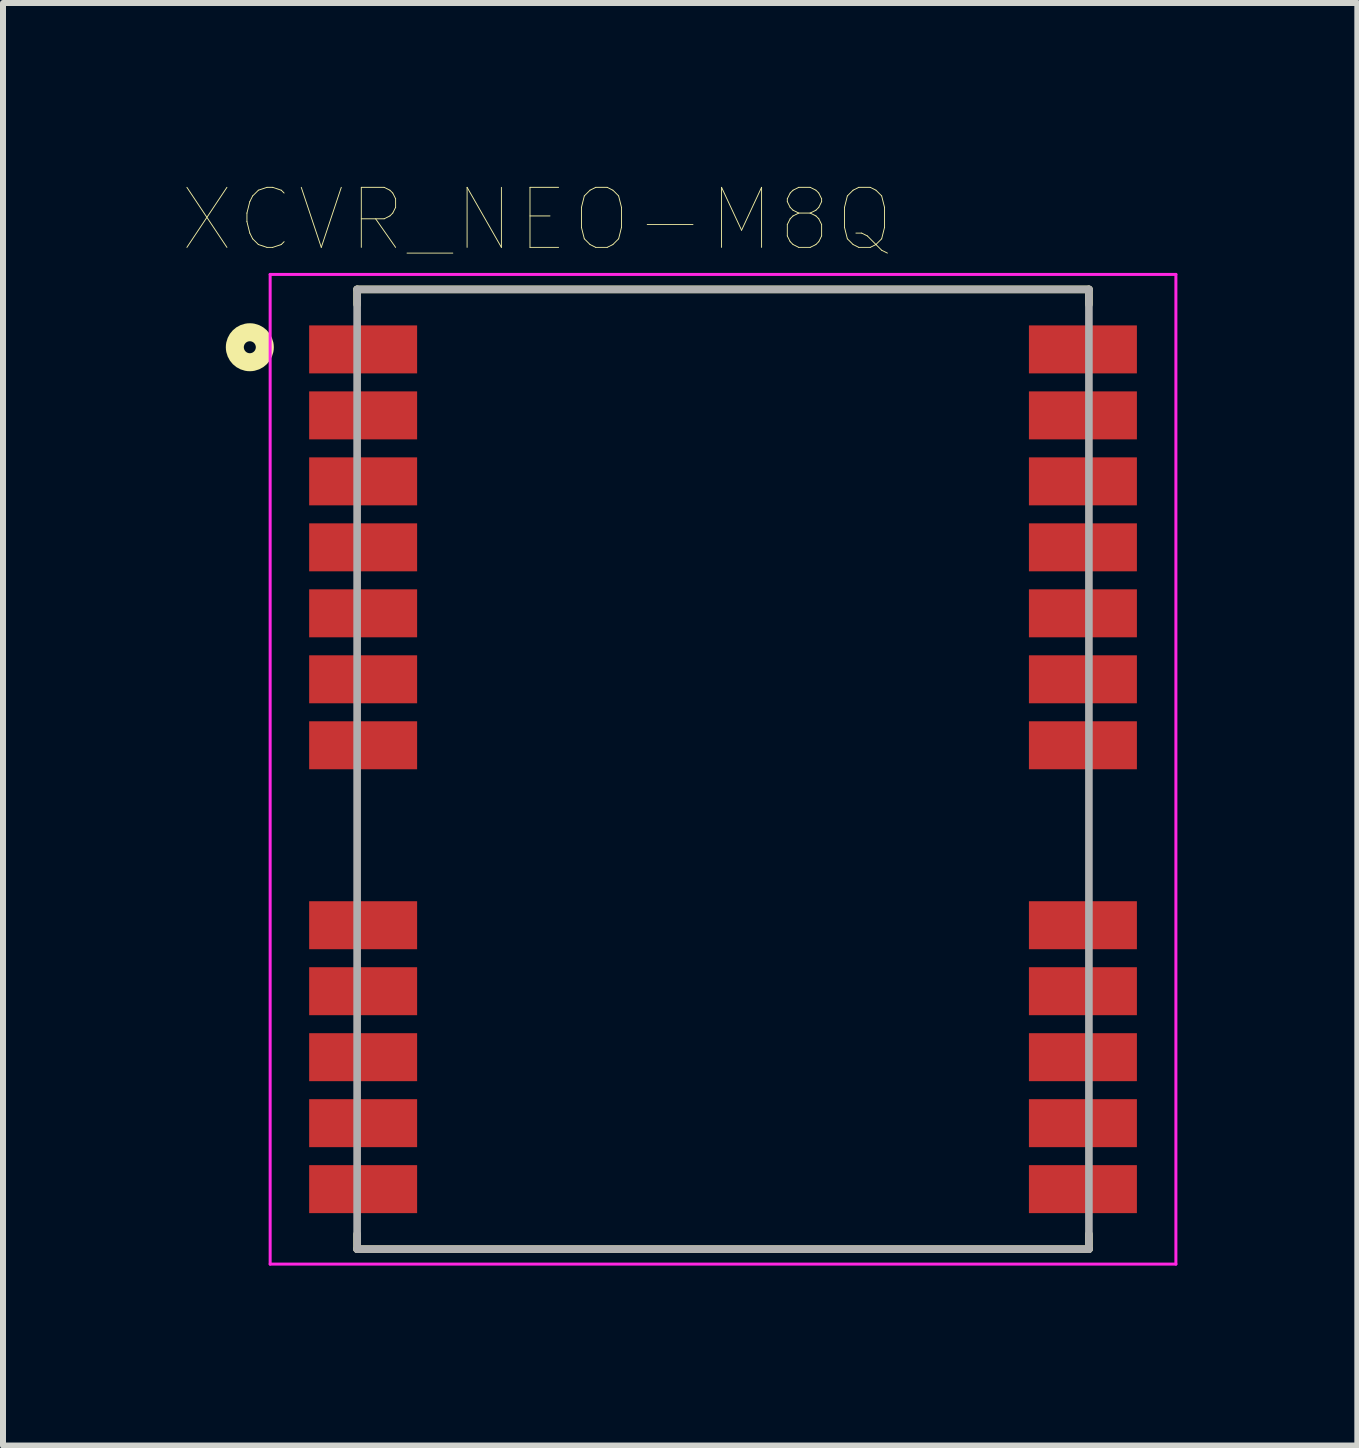
<source format=kicad_pcb>
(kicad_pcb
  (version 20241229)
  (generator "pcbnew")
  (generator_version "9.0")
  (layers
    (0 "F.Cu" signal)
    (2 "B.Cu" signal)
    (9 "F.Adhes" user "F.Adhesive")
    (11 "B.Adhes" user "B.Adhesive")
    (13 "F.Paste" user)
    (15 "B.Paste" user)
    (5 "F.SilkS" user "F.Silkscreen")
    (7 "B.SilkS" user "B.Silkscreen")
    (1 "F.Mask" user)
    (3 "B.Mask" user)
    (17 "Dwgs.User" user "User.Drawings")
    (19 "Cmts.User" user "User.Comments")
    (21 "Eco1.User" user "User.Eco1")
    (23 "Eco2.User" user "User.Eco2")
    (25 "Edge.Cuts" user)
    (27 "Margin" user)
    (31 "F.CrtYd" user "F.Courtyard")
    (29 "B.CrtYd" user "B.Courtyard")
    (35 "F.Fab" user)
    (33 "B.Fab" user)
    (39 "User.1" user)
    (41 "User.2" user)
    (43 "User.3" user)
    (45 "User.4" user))
  (footprint "XCVR_NEO-M8Q"
    (layer "F.Cu")
    (at 9.004 9.775)
    (property "Reference" "XCVR_NEO-M8Q" (at -3.099 -9.163 0) (layer "F.SilkS") (effects (font (size 1.001 1.001) (thickness 0.015))))
    (attr through_hole)
    (fp_line (start -6.1 -8) (end 6.1 -8) (stroke (width 0.127) (type solid)) (layer "F.SilkS"))
    (fp_line (start -6.1 -7.75) (end -6.1 -8) (stroke (width 0.127) (type solid)) (layer "F.SilkS"))
    (fp_line (start -6.1 7.75) (end -6.1 8) (stroke (width 0.127) (type solid)) (layer "F.SilkS"))
    (fp_line (start -6.1 8) (end 6.1 8) (stroke (width 0.127) (type solid)) (layer "F.SilkS"))
    (fp_line (start 6.1 -8) (end 6.1 -7.75) (stroke (width 0.127) (type solid)) (layer "F.SilkS"))
    (fp_line (start 6.1 8) (end 6.1 7.75) (stroke (width 0.127) (type solid)) (layer "F.SilkS"))
    (fp_circle (center -7.889 -7.036) (end -7.789 -7.036) (stroke (width 0.3) (type solid)) (fill no) (layer "F.SilkS"))
    (fp_poly (pts (xy -6.1 -7.3) (xy -5.2 -7.3) (xy -5.2 -6.7) (xy -6.1 -6.7)) (stroke (width 0.0001) (type solid)) (fill yes) (layer "F.Paste"))
    (fp_poly (pts (xy -6.1 -6.2) (xy -5.2 -6.2) (xy -5.2 -5.6) (xy -6.1 -5.6)) (stroke (width 0.0001) (type solid)) (fill yes) (layer "F.Paste"))
    (fp_poly (pts (xy -6.1 -5.1) (xy -5.2 -5.1) (xy -5.2 -4.5) (xy -6.1 -4.5)) (stroke (width 0.0001) (type solid)) (fill yes) (layer "F.Paste"))
    (fp_poly (pts (xy -6.1 -4) (xy -5.2 -4) (xy -5.2 -3.4) (xy -6.1 -3.4)) (stroke (width 0.0001) (type solid)) (fill yes) (layer "F.Paste"))
    (fp_poly (pts (xy -6.1 -2.9) (xy -5.2 -2.9) (xy -5.2 -2.3) (xy -6.1 -2.3)) (stroke (width 0.0001) (type solid)) (fill yes) (layer "F.Paste"))
    (fp_poly (pts (xy -6.1 -1.8) (xy -5.2 -1.8) (xy -5.2 -1.2) (xy -6.1 -1.2)) (stroke (width 0.0001) (type solid)) (fill yes) (layer "F.Paste"))
    (fp_poly (pts (xy -6.1 -0.7) (xy -5.2 -0.7) (xy -5.2 -0.1) (xy -6.1 -0.1)) (stroke (width 0.0001) (type solid)) (fill yes) (layer "F.Paste"))
    (fp_poly (pts (xy -6.1 2.3) (xy -5.2 2.3) (xy -5.2 2.9) (xy -6.1 2.9)) (stroke (width 0.0001) (type solid)) (fill yes) (layer "F.Paste"))
    (fp_poly (pts (xy -6.1 3.4) (xy -5.2 3.4) (xy -5.2 4) (xy -6.1 4)) (stroke (width 0.0001) (type solid)) (fill yes) (layer "F.Paste"))
    (fp_poly (pts (xy -6.1 4.5) (xy -5.2 4.5) (xy -5.2 5.1) (xy -6.1 5.1)) (stroke (width 0.0001) (type solid)) (fill yes) (layer "F.Paste"))
    (fp_poly (pts (xy -6.1 5.6) (xy -5.2 5.6) (xy -5.2 6.2) (xy -6.1 6.2)) (stroke (width 0.0001) (type solid)) (fill yes) (layer "F.Paste"))
    (fp_poly (pts (xy -6.1 6.7) (xy -5.2 6.7) (xy -5.2 7.3) (xy -6.1 7.3)) (stroke (width 0.0001) (type solid)) (fill yes) (layer "F.Paste"))
    (fp_poly (pts (xy 6.1 -7.3) (xy 5.2 -7.3) (xy 5.2 -6.7) (xy 6.1 -6.7)) (stroke (width 0.0001) (type solid)) (fill yes) (layer "F.Paste"))
    (fp_poly (pts (xy 6.1 -6.2) (xy 5.2 -6.2) (xy 5.2 -5.6) (xy 6.1 -5.6)) (stroke (width 0.0001) (type solid)) (fill yes) (layer "F.Paste"))
    (fp_poly (pts (xy 6.1 -5.1) (xy 5.2 -5.1) (xy 5.2 -4.5) (xy 6.1 -4.5)) (stroke (width 0.0001) (type solid)) (fill yes) (layer "F.Paste"))
    (fp_poly (pts (xy 6.1 -4) (xy 5.2 -4) (xy 5.2 -3.4) (xy 6.1 -3.4)) (stroke (width 0.0001) (type solid)) (fill yes) (layer "F.Paste"))
    (fp_poly (pts (xy 6.1 -2.9) (xy 5.2 -2.9) (xy 5.2 -2.3) (xy 6.1 -2.3)) (stroke (width 0.0001) (type solid)) (fill yes) (layer "F.Paste"))
    (fp_poly (pts (xy 6.1 -1.8) (xy 5.2 -1.8) (xy 5.2 -1.2) (xy 6.1 -1.2)) (stroke (width 0.0001) (type solid)) (fill yes) (layer "F.Paste"))
    (fp_poly (pts (xy 6.1 -0.7) (xy 5.2 -0.7) (xy 5.2 -0.1) (xy 6.1 -0.1)) (stroke (width 0.0001) (type solid)) (fill yes) (layer "F.Paste"))
    (fp_poly (pts (xy 6.1 2.3) (xy 5.2 2.3) (xy 5.2 2.9) (xy 6.1 2.9)) (stroke (width 0.0001) (type solid)) (fill yes) (layer "F.Paste"))
    (fp_poly (pts (xy 6.1 3.4) (xy 5.2 3.4) (xy 5.2 4) (xy 6.1 4)) (stroke (width 0.0001) (type solid)) (fill yes) (layer "F.Paste"))
    (fp_poly (pts (xy 6.1 4.5) (xy 5.2 4.5) (xy 5.2 5.1) (xy 6.1 5.1)) (stroke (width 0.0001) (type solid)) (fill yes) (layer "F.Paste"))
    (fp_poly (pts (xy 6.1 5.6) (xy 5.2 5.6) (xy 5.2 6.2) (xy 6.1 6.2)) (stroke (width 0.0001) (type solid)) (fill yes) (layer "F.Paste"))
    (fp_poly (pts (xy 6.1 6.7) (xy 5.2 6.7) (xy 5.2 7.3) (xy 6.1 7.3)) (stroke (width 0.0001) (type solid)) (fill yes) (layer "F.Paste"))
    (fp_line (start -7.55 -8.25) (end 7.55 -8.25) (stroke (width 0.05) (type solid)) (layer "F.CrtYd"))
    (fp_line (start -7.55 8.25) (end -7.55 -8.25) (stroke (width 0.05) (type solid)) (layer "F.CrtYd"))
    (fp_line (start 7.55 -8.25) (end 7.55 8.25) (stroke (width 0.05) (type solid)) (layer "F.CrtYd"))
    (fp_line (start 7.55 8.25) (end -7.55 8.25) (stroke (width 0.05) (type solid)) (layer "F.CrtYd"))
    (fp_line (start -6.1 -8) (end 6.1 -8) (stroke (width 0.127) (type solid)) (layer "F.Fab"))
    (fp_line (start -6.1 8) (end -6.1 -8) (stroke (width 0.127) (type solid)) (layer "F.Fab"))
    (fp_line (start 6.1 -8) (end 6.1 8) (stroke (width 0.127) (type solid)) (layer "F.Fab"))
    (fp_line (start 6.1 8) (end -6.1 8) (stroke (width 0.127) (type solid)) (layer "F.Fab"))
    (pad "1" smd rect (at -6 -7) (size 1.8 0.8) (layers "F.Cu" "F.Mask"))
    (pad "2" smd rect (at -6 -5.9) (size 1.8 0.8) (layers "F.Cu" "F.Mask"))
    (pad "3" smd rect (at -6 -4.8) (size 1.8 0.8) (layers "F.Cu" "F.Mask"))
    (pad "4" smd rect (at -6 -3.7) (size 1.8 0.8) (layers "F.Cu" "F.Mask"))
    (pad "5" smd rect (at -6 -2.6) (size 1.8 0.8) (layers "F.Cu" "F.Mask"))
    (pad "6" smd rect (at -6 -1.5) (size 1.8 0.8) (layers "F.Cu" "F.Mask"))
    (pad "7" smd rect (at -6 -0.4) (size 1.8 0.8) (layers "F.Cu" "F.Mask"))
    (pad "8" smd rect (at -6 2.6) (size 1.8 0.8) (layers "F.Cu" "F.Mask"))
    (pad "9" smd rect (at -6 3.7) (size 1.8 0.8) (layers "F.Cu" "F.Mask"))
    (pad "10" smd rect (at -6 4.8) (size 1.8 0.8) (layers "F.Cu" "F.Mask"))
    (pad "11" smd rect (at -6 5.9) (size 1.8 0.8) (layers "F.Cu" "F.Mask"))
    (pad "12" smd rect (at -6 7) (size 1.8 0.8) (layers "F.Cu" "F.Mask"))
    (pad "13" smd rect (at 6 7) (size 1.8 0.8) (layers "F.Cu" "F.Mask"))
    (pad "14" smd rect (at 6 5.9) (size 1.8 0.8) (layers "F.Cu" "F.Mask"))
    (pad "15" smd rect (at 6 4.8) (size 1.8 0.8) (layers "F.Cu" "F.Mask"))
    (pad "16" smd rect (at 6 3.7) (size 1.8 0.8) (layers "F.Cu" "F.Mask"))
    (pad "17" smd rect (at 6 2.6) (size 1.8 0.8) (layers "F.Cu" "F.Mask"))
    (pad "18" smd rect (at 6 -0.4) (size 1.8 0.8) (layers "F.Cu" "F.Mask"))
    (pad "19" smd rect (at 6 -1.5) (size 1.8 0.8) (layers "F.Cu" "F.Mask"))
    (pad "20" smd rect (at 6 -2.6) (size 1.8 0.8) (layers "F.Cu" "F.Mask"))
    (pad "21" smd rect (at 6 -3.7) (size 1.8 0.8) (layers "F.Cu" "F.Mask"))
    (pad "22" smd rect (at 6 -4.8) (size 1.8 0.8) (layers "F.Cu" "F.Mask"))
    (pad "23" smd rect (at 6 -5.9) (size 1.8 0.8) (layers "F.Cu" "F.Mask"))
    (pad "24" smd rect (at 6 -7) (size 1.8 0.8) (layers "F.Cu" "F.Mask")))
  (gr_rect
    (start -3 -3)
    (end 19.579 21.05)
    (stroke (width 0.1) (type default))
    (fill no)
    (layer "Edge.Cuts")))
</source>
